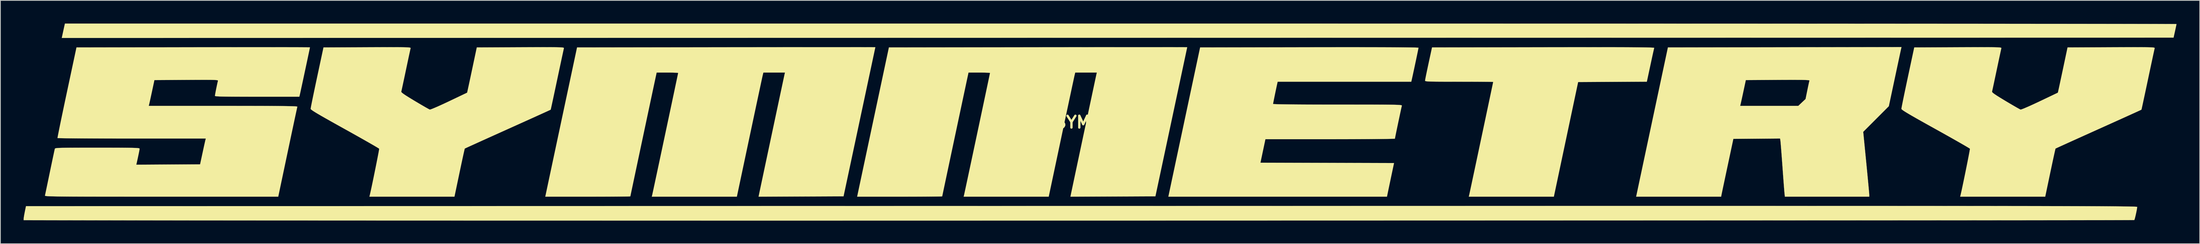
<source format=kicad_pcb>
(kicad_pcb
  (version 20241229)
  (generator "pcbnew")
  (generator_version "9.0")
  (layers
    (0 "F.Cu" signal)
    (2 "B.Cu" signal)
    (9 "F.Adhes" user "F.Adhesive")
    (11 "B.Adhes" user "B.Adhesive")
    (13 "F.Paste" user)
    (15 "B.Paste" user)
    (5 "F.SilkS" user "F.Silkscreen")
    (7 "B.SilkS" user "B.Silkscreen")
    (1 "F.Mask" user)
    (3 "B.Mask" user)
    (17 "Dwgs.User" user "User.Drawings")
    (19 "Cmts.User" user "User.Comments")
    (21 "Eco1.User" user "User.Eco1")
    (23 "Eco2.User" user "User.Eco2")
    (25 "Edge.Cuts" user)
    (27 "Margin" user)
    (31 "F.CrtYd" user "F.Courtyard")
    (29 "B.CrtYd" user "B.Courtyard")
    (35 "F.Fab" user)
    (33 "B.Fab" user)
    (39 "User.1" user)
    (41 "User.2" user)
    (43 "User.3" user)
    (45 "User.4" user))
  (footprint "SYMMETRY"
    (layer "F.Cu")
    (at 139.112 12.79)
    (property "Reference" "SYMMETRY" (at 0 0 0) (layer "F.SilkS") (effects (font (size 1.524 1.524) (thickness 0.3))))
    (attr through_hole)
    (fp_poly (pts (xy 7.476 -12.785) (xy 12.243 -12.785) (xy 16.966 -12.784) (xy 21.644 -12.784) (xy 26.272 -12.784) (xy 30.849 -12.783) (xy 35.371 -12.783) (xy 39.836 -12.782) (xy 44.241 -12.782) (xy 48.582 -12.781) (xy 52.858 -12.78) (xy 57.065 -12.779) (xy 61.2 -12.778) (xy 65.261 -12.778) (xy 69.245 -12.777) (xy 73.149 -12.775) (xy 76.97 -12.774) (xy 80.706 -12.773) (xy 84.353 -12.772) (xy 87.909 -12.771) (xy 91.37 -12.769) (xy 94.735 -12.768) (xy 98 -12.766) (xy 101.162 -12.765) (xy 104.219 -12.763) (xy 107.168 -12.762) (xy 110.006 -12.76) (xy 112.73 -12.759) (xy 115.337 -12.757) (xy 117.825 -12.755) (xy 120.19 -12.753) (xy 122.43 -12.751) (xy 124.542 -12.75) (xy 126.523 -12.748) (xy 128.371 -12.746) (xy 130.082 -12.744) (xy 131.654 -12.742) (xy 133.084 -12.74) (xy 134.369 -12.738) (xy 135.506 -12.736) (xy 136.493 -12.734) (xy 137.326 -12.731) (xy 138.003 -12.729) (xy 138.521 -12.727) (xy 138.877 -12.725) (xy 139.068 -12.723) (xy 139.103 -12.721) (xy 139.084 -12.616) (xy 139.035 -12.385) (xy 138.966 -12.064) (xy 138.911 -11.811) (xy 138.723 -10.964) (xy 2.272 -10.943) (xy -134.178 -10.922) (xy -134.018 -11.663) (xy -133.94 -12.02) (xy -133.872 -12.332) (xy -133.824 -12.548) (xy -133.813 -12.594) (xy -133.77 -12.785) (xy 2.669 -12.785) (xy 7.476 -12.785)) (stroke (width 0.01) (type solid)) (fill yes) (layer "F.SilkS"))
    (fp_poly (pts (xy 65.155 -9.721) (xy 66.294 -9.72) (xy 67.303 -9.718) (xy 68.187 -9.715) (xy 68.953 -9.71) (xy 69.607 -9.705) (xy 70.156 -9.699) (xy 70.607 -9.692) (xy 70.965 -9.683) (xy 71.238 -9.674) (xy 71.431 -9.663) (xy 71.551 -9.651) (xy 71.604 -9.638) (xy 71.608 -9.631) (xy 71.58 -9.522) (xy 71.523 -9.271) (xy 71.44 -8.901) (xy 71.338 -8.435) (xy 71.222 -7.897) (xy 71.113 -7.388) (xy 70.656 -5.251) (xy 66.216 -5.229) (xy 61.776 -5.207) (xy 60.207 2.223) (xy 58.638 9.652) (xy 47.649 9.652) (xy 47.696 9.461) (xy 47.721 9.351) (xy 47.777 9.091) (xy 47.861 8.697) (xy 47.971 8.183) (xy 48.102 7.563) (xy 48.253 6.851) (xy 48.421 6.063) (xy 48.601 5.213) (xy 48.791 4.315) (xy 48.988 3.383) (xy 49.189 2.432) (xy 49.391 1.476) (xy 49.591 0.53) (xy 49.786 -0.391) (xy 49.972 -1.274) (xy 50.147 -2.104) (xy 50.308 -2.867) (xy 50.451 -3.547) (xy 50.574 -4.131) (xy 50.673 -4.605) (xy 50.746 -4.953) (xy 50.789 -5.162) (xy 50.8 -5.218) (xy 50.718 -5.224) (xy 50.482 -5.23) (xy 50.109 -5.235) (xy 49.613 -5.239) (xy 49.011 -5.243) (xy 48.318 -5.246) (xy 47.55 -5.248) (xy 46.723 -5.249) (xy 46.397 -5.249) (xy 45.42 -5.25) (xy 44.599 -5.251) (xy 43.92 -5.253) (xy 43.37 -5.257) (xy 42.936 -5.264) (xy 42.603 -5.273) (xy 42.359 -5.285) (xy 42.191 -5.3) (xy 42.084 -5.32) (xy 42.025 -5.344) (xy 42.001 -5.373) (xy 41.998 -5.397) (xy 42.017 -5.519) (xy 42.066 -5.781) (xy 42.142 -6.16) (xy 42.24 -6.631) (xy 42.354 -7.171) (xy 42.45 -7.62) (xy 42.898 -9.694) (xy 57.272 -9.716) (xy 59.162 -9.718) (xy 60.888 -9.72) (xy 62.458 -9.721) (xy 63.879 -9.722) (xy 65.155 -9.721)) (stroke (width 0.01) (type solid)) (fill yes) (layer "F.SilkS"))
    (fp_poly (pts (xy 103.52 -9.546) (xy 103.493 -9.425) (xy 103.435 -9.157) (xy 103.349 -8.758) (xy 103.24 -8.248) (xy 103.111 -7.643) (xy 102.966 -6.963) (xy 102.809 -6.224) (xy 102.701 -5.715) (xy 101.928 -2.074) (xy 100.273 -0.413) (xy 98.618 1.248) (xy 99.009 5.22) (xy 99.088 6.03) (xy 99.161 6.794) (xy 99.228 7.495) (xy 99.286 8.114) (xy 99.334 8.635) (xy 99.37 9.038) (xy 99.392 9.308) (xy 99.399 9.422) (xy 99.399 9.652) (xy 88.493 9.652) (xy 88.443 9.165) (xy 88.425 8.967) (xy 88.397 8.622) (xy 88.361 8.156) (xy 88.318 7.59) (xy 88.27 6.948) (xy 88.22 6.254) (xy 88.178 5.673) (xy 88.126 4.965) (xy 88.077 4.3) (xy 88.031 3.701) (xy 87.991 3.188) (xy 87.957 2.784) (xy 87.932 2.508) (xy 87.919 2.391) (xy 87.876 2.115) (xy 84.857 2.137) (xy 81.837 2.159) (xy 81.099 5.63) (xy 80.939 6.383) (xy 80.789 7.093) (xy 80.652 7.741) (xy 80.532 8.308) (xy 80.434 8.775) (xy 80.361 9.122) (xy 80.318 9.332) (xy 80.309 9.377) (xy 80.256 9.652) (xy 69.276 9.652) (xy 69.522 8.488) (xy 69.574 8.242) (xy 69.658 7.843) (xy 69.772 7.304) (xy 69.914 6.639) (xy 70.079 5.86) (xy 70.265 4.981) (xy 70.47 4.015) (xy 70.691 2.974) (xy 70.925 1.871) (xy 71.17 0.72) (xy 71.421 -0.466) (xy 71.574 -1.185) (xy 71.772 -2.117) (xy 82.716 -2.117) (xy 90.227 -2.117) (xy 91.168 -3.006) (xy 91.4 -4.149) (xy 91.487 -4.574) (xy 91.566 -4.944) (xy 91.628 -5.224) (xy 91.667 -5.382) (xy 91.672 -5.398) (xy 91.651 -5.423) (xy 91.559 -5.444) (xy 91.384 -5.46) (xy 91.115 -5.473) (xy 90.739 -5.482) (xy 90.245 -5.487) (xy 89.622 -5.489) (xy 88.856 -5.488) (xy 87.938 -5.485) (xy 87.58 -5.483) (xy 83.448 -5.461) (xy 83.137 -4.008) (xy 83.032 -3.518) (xy 82.935 -3.073) (xy 82.854 -2.704) (xy 82.796 -2.444) (xy 82.771 -2.336) (xy 82.716 -2.117) (xy 71.772 -2.117) (xy 73.381 -9.694) (xy 103.566 -9.737) (xy 103.52 -9.546)) (stroke (width 0.01) (type solid)) (fill yes) (layer "F.SilkS"))
    (fp_poly (pts (xy 34.216 -9.719) (xy 35.602 -9.717) (xy 36.828 -9.714) (xy 37.897 -9.71) (xy 38.811 -9.704) (xy 39.571 -9.697) (xy 40.18 -9.689) (xy 40.639 -9.68) (xy 40.951 -9.67) (xy 41.117 -9.658) (xy 41.148 -9.649) (xy 41.131 -9.552) (xy 41.084 -9.316) (xy 41.013 -8.969) (xy 40.923 -8.537) (xy 40.821 -8.049) (xy 40.711 -7.531) (xy 40.6 -7.009) (xy 40.493 -6.512) (xy 40.397 -6.067) (xy 40.316 -5.7) (xy 40.258 -5.44) (xy 40.213 -5.249) (xy 22.948 -5.249) (xy 22.904 -5.059) (xy 22.847 -4.803) (xy 22.773 -4.456) (xy 22.688 -4.054) (xy 22.6 -3.629) (xy 22.516 -3.218) (xy 22.442 -2.852) (xy 22.387 -2.568) (xy 22.356 -2.398) (xy 22.352 -2.368) (xy 22.436 -2.353) (xy 22.685 -2.34) (xy 23.095 -2.328) (xy 23.662 -2.318) (xy 24.382 -2.309) (xy 25.25 -2.301) (xy 26.263 -2.295) (xy 27.416 -2.291) (xy 28.705 -2.288) (xy 30.126 -2.286) (xy 30.697 -2.286) (xy 32.072 -2.286) (xy 33.288 -2.285) (xy 34.353 -2.284) (xy 35.278 -2.283) (xy 36.073 -2.28) (xy 36.748 -2.277) (xy 37.311 -2.272) (xy 37.773 -2.266) (xy 38.144 -2.258) (xy 38.433 -2.248) (xy 38.651 -2.237) (xy 38.806 -2.223) (xy 38.908 -2.207) (xy 38.968 -2.189) (xy 38.995 -2.168) (xy 38.999 -2.145) (xy 38.998 -2.138) (xy 38.967 -2.013) (xy 38.909 -1.754) (xy 38.83 -1.389) (xy 38.735 -0.946) (xy 38.63 -0.451) (xy 38.52 0.067) (xy 38.413 0.581) (xy 38.312 1.064) (xy 38.225 1.489) (xy 38.157 1.827) (xy 38.113 2.051) (xy 38.1 2.133) (xy 38.017 2.143) (xy 37.777 2.152) (xy 37.389 2.161) (xy 36.867 2.169) (xy 36.221 2.176) (xy 35.462 2.183) (xy 34.603 2.189) (xy 33.654 2.193) (xy 32.627 2.197) (xy 31.534 2.2) (xy 30.385 2.201) (xy 29.732 2.201) (xy 21.365 2.201) (xy 21.083 3.535) (xy 20.984 4.002) (xy 20.896 4.423) (xy 20.824 4.763) (xy 20.777 4.991) (xy 20.763 5.058) (xy 20.724 5.249) (xy 29.354 5.27) (xy 37.985 5.292) (xy 37.628 6.985) (xy 37.513 7.535) (xy 37.402 8.061) (xy 37.304 8.529) (xy 37.226 8.904) (xy 37.174 9.152) (xy 37.172 9.165) (xy 37.072 9.652) (xy 8.824 9.652) (xy 9.07 8.488) (xy 9.122 8.242) (xy 9.206 7.843) (xy 9.32 7.304) (xy 9.462 6.639) (xy 9.627 5.86) (xy 9.813 4.981) (xy 10.018 4.015) (xy 10.239 2.974) (xy 10.473 1.871) (xy 10.718 0.72) (xy 10.969 -0.466) (xy 11.122 -1.185) (xy 12.929 -9.694) (xy 27.038 -9.716) (xy 29.082 -9.718) (xy 30.958 -9.72) (xy 32.669 -9.72) (xy 34.216 -9.719)) (stroke (width 0.01) (type solid)) (fill yes) (layer "F.SilkS"))
    (fp_poly (pts (xy 6.992 -9.724) (xy 7.996 -9.724) (xy 8.88 -9.723) (xy 9.636 -9.722) (xy 10.257 -9.721) (xy 10.735 -9.72) (xy 11.063 -9.718) (xy 11.233 -9.717) (xy 11.256 -9.716) (xy 11.239 -9.632) (xy 11.188 -9.393) (xy 11.106 -9.008) (xy 10.996 -8.489) (xy 10.859 -7.846) (xy 10.698 -7.088) (xy 10.515 -6.227) (xy 10.312 -5.272) (xy 10.091 -4.234) (xy 9.855 -3.123) (xy 9.605 -1.949) (xy 9.345 -0.723) (xy 9.2 -0.042) (xy 7.147 9.61) (xy -3.831 9.653) (xy -3.784 9.42) (xy -3.756 9.284) (xy -3.696 8.999) (xy -3.607 8.58) (xy -3.493 8.04) (xy -3.357 7.394) (xy -3.201 6.656) (xy -3.028 5.841) (xy -2.842 4.961) (xy -2.645 4.032) (xy -2.441 3.068) (xy -2.232 2.082) (xy -2.022 1.09) (xy -1.813 0.105) (xy -1.609 -0.859) (xy -1.412 -1.788) (xy -1.225 -2.666) (xy -1.052 -3.481) (xy -0.896 -4.218) (xy -0.759 -4.863) (xy -0.645 -5.401) (xy -0.556 -5.819) (xy -0.495 -6.102) (xy -0.466 -6.237) (xy -0.465 -6.244) (xy -0.42 -6.435) (xy -3.211 -6.435) (xy -3.292 -6.117) (xy -3.321 -5.989) (xy -3.382 -5.708) (xy -3.473 -5.285) (xy -3.592 -4.733) (xy -3.735 -4.064) (xy -3.9 -3.29) (xy -4.084 -2.423) (xy -4.286 -1.475) (xy -4.502 -0.458) (xy -4.729 0.616) (xy -4.966 1.733) (xy -5.006 1.926) (xy -6.64 9.652) (xy -17.629 9.652) (xy -17.581 9.461) (xy -17.555 9.343) (xy -17.497 9.075) (xy -17.41 8.672) (xy -17.298 8.148) (xy -17.163 7.517) (xy -17.009 6.792) (xy -16.838 5.988) (xy -16.653 5.118) (xy -16.457 4.197) (xy -16.254 3.238) (xy -16.045 2.255) (xy -15.835 1.262) (xy -15.625 0.273) (xy -15.42 -0.699) (xy -15.221 -1.638) (xy -15.032 -2.532) (xy -14.856 -3.367) (xy -14.695 -4.128) (xy -14.553 -4.802) (xy -14.433 -5.374) (xy -14.337 -5.831) (xy -14.269 -6.16) (xy -14.231 -6.345) (xy -14.224 -6.382) (xy -14.304 -6.4) (xy -14.525 -6.415) (xy -14.86 -6.426) (xy -15.28 -6.433) (xy -15.614 -6.435) (xy -17.004 -6.435) (xy -17.1 -5.99) (xy -17.158 -5.722) (xy -17.244 -5.32) (xy -17.355 -4.797) (xy -17.489 -4.166) (xy -17.643 -3.443) (xy -17.813 -2.641) (xy -17.997 -1.773) (xy -18.192 -0.855) (xy -18.395 0.101) (xy -18.602 1.08) (xy -18.812 2.069) (xy -19.02 3.053) (xy -19.225 4.019) (xy -19.422 4.952) (xy -19.61 5.839) (xy -19.785 6.666) (xy -19.944 7.419) (xy -20.084 8.084) (xy -20.203 8.647) (xy -20.297 9.094) (xy -20.363 9.411) (xy -20.399 9.584) (xy -20.405 9.614) (xy -20.487 9.62) (xy -20.725 9.626) (xy -21.103 9.632) (xy -21.609 9.637) (xy -22.228 9.642) (xy -22.946 9.646) (xy -23.749 9.649) (xy -24.623 9.651) (xy -25.553 9.652) (xy -25.899 9.652) (xy -31.393 9.652) (xy -31.147 8.488) (xy -31.095 8.242) (xy -31.01 7.843) (xy -30.896 7.304) (xy -30.755 6.639) (xy -30.59 5.86) (xy -30.403 4.981) (xy -30.198 4.015) (xy -29.977 2.974) (xy -29.743 1.871) (xy -29.499 0.72) (xy -29.247 -0.466) (xy -29.094 -1.185) (xy -27.288 -9.694) (xy -8.014 -9.716) (xy -6.22 -9.718) (xy -4.471 -9.719) (xy -2.775 -9.721) (xy -1.139 -9.722) (xy 0.429 -9.723) (xy 1.922 -9.724) (xy 3.333 -9.724) (xy 4.653 -9.724) (xy 5.875 -9.724) (xy 6.992 -9.724)) (stroke (width 0.01) (type solid)) (fill yes) (layer "F.SilkS"))
    (fp_poly (pts (xy -33.309 -9.724) (xy -32.305 -9.724) (xy -31.421 -9.723) (xy -30.665 -9.722) (xy -30.044 -9.721) (xy -29.566 -9.72) (xy -29.238 -9.718) (xy -29.068 -9.717) (xy -29.045 -9.716) (xy -29.063 -9.632) (xy -29.114 -9.393) (xy -29.195 -9.008) (xy -29.306 -8.489) (xy -29.442 -7.846) (xy -29.603 -7.088) (xy -29.787 -6.227) (xy -29.99 -5.272) (xy -30.21 -4.234) (xy -30.446 -3.123) (xy -30.696 -1.949) (xy -30.957 -0.723) (xy -31.101 -0.042) (xy -33.154 9.61) (xy -38.643 9.631) (xy -44.133 9.653) (xy -44.085 9.42) (xy -44.057 9.284) (xy -43.997 8.999) (xy -43.909 8.58) (xy -43.795 8.04) (xy -43.658 7.394) (xy -43.502 6.656) (xy -43.33 5.841) (xy -43.143 4.961) (xy -42.947 4.032) (xy -42.742 3.068) (xy -42.534 2.082) (xy -42.323 1.09) (xy -42.114 0.105) (xy -41.91 -0.859) (xy -41.713 -1.788) (xy -41.527 -2.666) (xy -41.354 -3.481) (xy -41.197 -4.218) (xy -41.06 -4.863) (xy -40.946 -5.401) (xy -40.857 -5.819) (xy -40.797 -6.102) (xy -40.768 -6.237) (xy -40.766 -6.244) (xy -40.721 -6.435) (xy -43.512 -6.435) (xy -43.593 -6.117) (xy -43.622 -5.989) (xy -43.684 -5.708) (xy -43.775 -5.285) (xy -43.893 -4.733) (xy -44.036 -4.064) (xy -44.201 -3.29) (xy -44.386 -2.423) (xy -44.587 -1.475) (xy -44.803 -0.458) (xy -45.03 0.616) (xy -45.267 1.733) (xy -45.308 1.926) (xy -46.941 9.652) (xy -57.93 9.652) (xy -57.883 9.461) (xy -57.856 9.343) (xy -57.798 9.075) (xy -57.711 8.672) (xy -57.599 8.148) (xy -57.465 7.517) (xy -57.31 6.792) (xy -57.139 5.988) (xy -56.954 5.118) (xy -56.759 4.197) (xy -56.555 3.238) (xy -56.347 2.255) (xy -56.136 1.262) (xy -55.927 0.273) (xy -55.721 -0.699) (xy -55.522 -1.638) (xy -55.333 -2.532) (xy -55.157 -3.367) (xy -54.996 -4.128) (xy -54.855 -4.802) (xy -54.734 -5.374) (xy -54.638 -5.831) (xy -54.57 -6.16) (xy -54.532 -6.345) (xy -54.525 -6.382) (xy -54.605 -6.4) (xy -54.827 -6.415) (xy -55.161 -6.426) (xy -55.582 -6.433) (xy -55.915 -6.435) (xy -57.305 -6.435) (xy -57.401 -5.99) (xy -57.459 -5.722) (xy -57.545 -5.32) (xy -57.657 -4.797) (xy -57.791 -4.166) (xy -57.944 -3.443) (xy -58.115 -2.641) (xy -58.299 -1.773) (xy -58.494 -0.855) (xy -58.696 0.101) (xy -58.904 1.08) (xy -59.113 2.069) (xy -59.322 3.053) (xy -59.526 4.019) (xy -59.724 4.952) (xy -59.911 5.839) (xy -60.086 6.666) (xy -60.245 7.419) (xy -60.385 8.084) (xy -60.504 8.647) (xy -60.598 9.094) (xy -60.664 9.411) (xy -60.7 9.584) (xy -60.706 9.614) (xy -60.788 9.62) (xy -61.026 9.626) (xy -61.405 9.632) (xy -61.911 9.637) (xy -62.53 9.642) (xy -63.247 9.646) (xy -64.05 9.649) (xy -64.924 9.651) (xy -65.854 9.652) (xy -66.2 9.652) (xy -71.694 9.652) (xy -71.448 8.488) (xy -71.396 8.242) (xy -71.312 7.843) (xy -71.198 7.304) (xy -71.056 6.639) (xy -70.891 5.86) (xy -70.705 4.981) (xy -70.5 4.015) (xy -70.279 2.974) (xy -70.045 1.871) (xy -69.8 0.72) (xy -69.549 -0.466) (xy -69.396 -1.185) (xy -67.589 -9.694) (xy -48.315 -9.716) (xy -46.521 -9.718) (xy -44.772 -9.719) (xy -43.076 -9.721) (xy -41.44 -9.722) (xy -39.872 -9.723) (xy -38.379 -9.724) (xy -36.969 -9.724) (xy -35.649 -9.724) (xy -34.426 -9.724) (xy -33.309 -9.724)) (stroke (width 0.01) (type solid)) (fill yes) (layer "F.SilkS"))
    (fp_poly (pts (xy -71.326 -9.724) (xy -70.769 -9.722) (xy -70.321 -9.718) (xy -69.973 -9.711) (xy -69.711 -9.701) (xy -69.523 -9.688) (xy -69.399 -9.672) (xy -69.326 -9.652) (xy -69.293 -9.629) (xy -69.287 -9.601) (xy -69.29 -9.589) (xy -69.316 -9.478) (xy -69.373 -9.218) (xy -69.457 -8.827) (xy -69.566 -8.321) (xy -69.695 -7.717) (xy -69.841 -7.033) (xy -69.999 -6.285) (xy -70.156 -5.546) (xy -70.322 -4.759) (xy -70.478 -4.024) (xy -70.62 -3.358) (xy -70.744 -2.777) (xy -70.848 -2.296) (xy -70.927 -1.933) (xy -70.978 -1.704) (xy -70.997 -1.625) (xy -71.076 -1.587) (xy -71.296 -1.485) (xy -71.647 -1.324) (xy -72.115 -1.111) (xy -72.688 -0.851) (xy -73.354 -0.548) (xy -74.101 -0.21) (xy -74.917 0.158) (xy -75.789 0.552) (xy -76.541 0.891) (xy -77.45 1.302) (xy -78.314 1.692) (xy -79.12 2.056) (xy -79.855 2.389) (xy -80.507 2.685) (xy -81.065 2.939) (xy -81.515 3.144) (xy -81.846 3.296) (xy -82.044 3.389) (xy -82.1 3.416) (xy -82.125 3.504) (xy -82.179 3.739) (xy -82.261 4.104) (xy -82.365 4.578) (xy -82.487 5.145) (xy -82.623 5.786) (xy -82.77 6.482) (xy -82.784 6.551) (xy -83.434 9.652) (xy -94.422 9.652) (xy -94.375 9.461) (xy -94.311 9.188) (xy -94.225 8.8) (xy -94.122 8.321) (xy -94.007 7.772) (xy -93.884 7.177) (xy -93.758 6.558) (xy -93.633 5.938) (xy -93.513 5.339) (xy -93.404 4.784) (xy -93.309 4.296) (xy -93.234 3.897) (xy -93.183 3.609) (xy -93.161 3.456) (xy -93.161 3.438) (xy -93.239 3.381) (xy -93.453 3.25) (xy -93.789 3.051) (xy -94.234 2.793) (xy -94.776 2.483) (xy -95.4 2.128) (xy -96.095 1.735) (xy -96.847 1.313) (xy -97.607 0.889) (xy -98.558 0.358) (xy -99.37 -0.097) (xy -100.053 -0.483) (xy -100.616 -0.805) (xy -101.069 -1.07) (xy -101.421 -1.282) (xy -101.681 -1.447) (xy -101.861 -1.571) (xy -101.969 -1.661) (xy -102.014 -1.721) (xy -102.017 -1.736) (xy -102 -1.851) (xy -101.951 -2.114) (xy -101.873 -2.509) (xy -101.77 -3.018) (xy -101.645 -3.625) (xy -101.502 -4.311) (xy -101.344 -5.06) (xy -101.187 -5.8) (xy -100.356 -9.694) (xy -94.707 -9.716) (xy -93.59 -9.72) (xy -92.631 -9.723) (xy -91.817 -9.725) (xy -91.138 -9.724) (xy -90.58 -9.722) (xy -90.133 -9.718) (xy -89.784 -9.711) (xy -89.522 -9.701) (xy -89.335 -9.688) (xy -89.211 -9.672) (xy -89.138 -9.652) (xy -89.105 -9.629) (xy -89.099 -9.601) (xy -89.101 -9.589) (xy -89.129 -9.472) (xy -89.187 -9.211) (xy -89.27 -8.825) (xy -89.375 -8.338) (xy -89.496 -7.768) (xy -89.629 -7.138) (xy -89.706 -6.773) (xy -89.843 -6.119) (xy -89.971 -5.515) (xy -90.085 -4.981) (xy -90.18 -4.538) (xy -90.252 -4.207) (xy -90.296 -4.01) (xy -90.306 -3.965) (xy -90.285 -3.898) (xy -90.185 -3.796) (xy -89.991 -3.649) (xy -89.692 -3.448) (xy -89.274 -3.185) (xy -88.725 -2.85) (xy -88.556 -2.748) (xy -88.054 -2.449) (xy -87.594 -2.178) (xy -87.198 -1.949) (xy -86.888 -1.774) (xy -86.685 -1.665) (xy -86.618 -1.634) (xy -86.507 -1.66) (xy -86.264 -1.751) (xy -85.908 -1.9) (xy -85.461 -2.096) (xy -84.941 -2.333) (xy -84.368 -2.6) (xy -84.133 -2.712) (xy -81.795 -3.829) (xy -81.662 -4.433) (xy -81.609 -4.678) (xy -81.527 -5.06) (xy -81.422 -5.55) (xy -81.301 -6.119) (xy -81.17 -6.738) (xy -81.037 -7.366) (xy -80.545 -9.694) (xy -74.895 -9.716) (xy -73.779 -9.72) (xy -72.819 -9.723) (xy -72.006 -9.725) (xy -71.326 -9.724)) (stroke (width 0.01) (type solid)) (fill yes) (layer "F.SilkS"))
    (fp_poly (pts (xy 134.245 -9.724) (xy 134.802 -9.722) (xy 135.249 -9.718) (xy 135.598 -9.711) (xy 135.86 -9.701) (xy 136.047 -9.688) (xy 136.172 -9.672) (xy 136.244 -9.652) (xy 136.278 -9.629) (xy 136.284 -9.601) (xy 136.281 -9.589) (xy 136.255 -9.478) (xy 136.198 -9.218) (xy 136.113 -8.827) (xy 136.004 -8.321) (xy 135.876 -7.717) (xy 135.73 -7.033) (xy 135.571 -6.285) (xy 135.415 -5.546) (xy 135.249 -4.759) (xy 135.093 -4.024) (xy 134.951 -3.358) (xy 134.826 -2.777) (xy 134.723 -2.296) (xy 134.644 -1.933) (xy 134.593 -1.704) (xy 134.573 -1.625) (xy 134.495 -1.587) (xy 134.274 -1.485) (xy 133.924 -1.324) (xy 133.456 -1.111) (xy 132.883 -0.851) (xy 132.216 -0.548) (xy 131.469 -0.21) (xy 130.654 0.158) (xy 129.782 0.552) (xy 129.03 0.891) (xy 128.12 1.302) (xy 127.257 1.692) (xy 126.451 2.056) (xy 125.716 2.389) (xy 125.063 2.685) (xy 124.506 2.939) (xy 124.056 3.144) (xy 123.725 3.296) (xy 123.526 3.389) (xy 123.471 3.416) (xy 123.446 3.504) (xy 123.391 3.739) (xy 123.31 4.104) (xy 123.206 4.578) (xy 123.084 5.145) (xy 122.948 5.786) (xy 122.801 6.482) (xy 122.786 6.551) (xy 122.137 9.652) (xy 111.149 9.652) (xy 111.196 9.461) (xy 111.26 9.188) (xy 111.346 8.8) (xy 111.448 8.321) (xy 111.563 7.772) (xy 111.686 7.177) (xy 111.813 6.558) (xy 111.938 5.938) (xy 112.058 5.339) (xy 112.167 4.784) (xy 112.261 4.296) (xy 112.336 3.897) (xy 112.387 3.609) (xy 112.41 3.456) (xy 112.41 3.438) (xy 112.331 3.381) (xy 112.118 3.25) (xy 111.782 3.051) (xy 111.336 2.793) (xy 110.795 2.483) (xy 110.171 2.128) (xy 109.476 1.735) (xy 108.724 1.313) (xy 107.964 0.889) (xy 107.012 0.358) (xy 106.2 -0.097) (xy 105.517 -0.483) (xy 104.955 -0.805) (xy 104.502 -1.07) (xy 104.15 -1.282) (xy 103.889 -1.447) (xy 103.71 -1.571) (xy 103.602 -1.661) (xy 103.556 -1.721) (xy 103.553 -1.736) (xy 103.571 -1.851) (xy 103.62 -2.114) (xy 103.698 -2.509) (xy 103.801 -3.018) (xy 103.926 -3.625) (xy 104.069 -4.311) (xy 104.227 -5.06) (xy 104.384 -5.8) (xy 105.214 -9.694) (xy 110.864 -9.716) (xy 111.981 -9.72) (xy 112.94 -9.723) (xy 113.753 -9.725) (xy 114.433 -9.724) (xy 114.99 -9.722) (xy 115.437 -9.718) (xy 115.786 -9.711) (xy 116.048 -9.701) (xy 116.236 -9.688) (xy 116.36 -9.672) (xy 116.433 -9.652) (xy 116.466 -9.629) (xy 116.472 -9.601) (xy 116.469 -9.589) (xy 116.442 -9.472) (xy 116.384 -9.211) (xy 116.301 -8.825) (xy 116.196 -8.338) (xy 116.075 -7.768) (xy 115.942 -7.138) (xy 115.865 -6.773) (xy 115.727 -6.119) (xy 115.599 -5.515) (xy 115.486 -4.981) (xy 115.391 -4.538) (xy 115.319 -4.207) (xy 115.275 -4.01) (xy 115.264 -3.965) (xy 115.285 -3.898) (xy 115.386 -3.796) (xy 115.58 -3.649) (xy 115.879 -3.448) (xy 116.297 -3.185) (xy 116.846 -2.85) (xy 117.015 -2.748) (xy 117.517 -2.449) (xy 117.977 -2.178) (xy 118.372 -1.949) (xy 118.683 -1.774) (xy 118.885 -1.665) (xy 118.953 -1.634) (xy 119.064 -1.66) (xy 119.307 -1.751) (xy 119.662 -1.9) (xy 120.11 -2.096) (xy 120.63 -2.333) (xy 121.202 -2.6) (xy 121.438 -2.712) (xy 123.775 -3.829) (xy 123.909 -4.433) (xy 123.962 -4.678) (xy 124.044 -5.06) (xy 124.148 -5.55) (xy 124.269 -6.119) (xy 124.401 -6.738) (xy 124.534 -7.366) (xy 125.026 -9.694) (xy 130.675 -9.716) (xy 131.792 -9.72) (xy 132.751 -9.723) (xy 133.565 -9.725) (xy 134.245 -9.724)) (stroke (width 0.01) (type solid)) (fill yes) (layer "F.SilkS"))
    (fp_poly (pts (xy 78.627 10.85) (xy 81.803 10.85) (xy 84.856 10.85) (xy 87.788 10.851) (xy 90.602 10.851) (xy 93.3 10.852) (xy 95.885 10.852) (xy 98.358 10.853) (xy 100.723 10.853) (xy 102.981 10.854) (xy 105.135 10.855) (xy 107.188 10.856) (xy 109.142 10.857) (xy 111 10.859) (xy 112.763 10.86) (xy 114.435 10.861) (xy 116.017 10.863) (xy 117.513 10.865) (xy 118.924 10.866) (xy 120.253 10.868) (xy 121.502 10.87) (xy 122.675 10.873) (xy 123.772 10.875) (xy 124.798 10.877) (xy 125.753 10.88) (xy 126.641 10.882) (xy 127.464 10.885) (xy 128.224 10.888) (xy 128.924 10.891) (xy 129.567 10.894) (xy 130.154 10.898) (xy 130.688 10.901) (xy 131.171 10.905) (xy 131.607 10.909) (xy 131.997 10.913) (xy 132.344 10.917) (xy 132.65 10.921) (xy 132.917 10.925) (xy 133.149 10.93) (xy 133.347 10.935) (xy 133.514 10.939) (xy 133.653 10.944) (xy 133.765 10.95) (xy 133.854 10.955) (xy 133.921 10.961) (xy 133.969 10.966) (xy 134.001 10.972) (xy 134.018 10.978) (xy 134.024 10.985) (xy 134.024 10.985) (xy 134.004 11.158) (xy 133.957 11.429) (xy 133.891 11.753) (xy 133.817 12.086) (xy 133.746 12.382) (xy 133.685 12.596) (xy 133.65 12.683) (xy 133.564 12.684) (xy 133.312 12.686) (xy 132.898 12.688) (xy 132.325 12.69) (xy 131.597 12.692) (xy 130.717 12.694) (xy 129.689 12.696) (xy 128.516 12.697) (xy 127.202 12.699) (xy 125.751 12.701) (xy 124.165 12.703) (xy 122.449 12.704) (xy 120.606 12.706) (xy 118.639 12.708) (xy 116.552 12.709) (xy 114.349 12.711) (xy 112.033 12.713) (xy 109.607 12.714) (xy 107.076 12.716) (xy 104.442 12.717) (xy 101.709 12.719) (xy 98.881 12.72) (xy 95.961 12.722) (xy 92.952 12.723) (xy 89.859 12.724) (xy 86.685 12.726) (xy 83.433 12.727) (xy 80.106 12.728) (xy 76.709 12.73) (xy 73.245 12.731) (xy 69.717 12.732) (xy 66.129 12.733) (xy 62.485 12.734) (xy 58.787 12.735) (xy 55.04 12.736) (xy 51.247 12.737) (xy 47.411 12.738) (xy 43.537 12.739) (xy 39.626 12.74) (xy 35.684 12.741) (xy 31.714 12.742) (xy 27.718 12.743) (xy 23.702 12.743) (xy 19.667 12.744) (xy 15.618 12.745) (xy 11.558 12.745) (xy 7.491 12.746) (xy 3.421 12.747) (xy -0.65 12.747) (xy -4.718 12.748) (xy -8.779 12.748) (xy -12.83 12.748) (xy -16.866 12.749) (xy -20.886 12.749) (xy -24.884 12.749) (xy -28.858 12.749) (xy -32.804 12.749) (xy -36.719 12.75) (xy -40.598 12.75) (xy -44.439 12.75) (xy -48.238 12.75) (xy -51.992 12.749) (xy -55.696 12.749) (xy -59.348 12.749) (xy -62.943 12.749) (xy -66.479 12.748) (xy -69.952 12.748) (xy -73.358 12.748) (xy -76.694 12.747) (xy -79.956 12.747) (xy -83.14 12.746) (xy -86.244 12.745) (xy -89.264 12.745) (xy -92.196 12.744) (xy -95.036 12.743) (xy -97.782 12.742) (xy -100.429 12.741) (xy -102.974 12.74) (xy -105.414 12.739) (xy -107.745 12.738) (xy -109.963 12.737) (xy -112.065 12.736) (xy -114.048 12.734) (xy -115.908 12.733) (xy -117.641 12.732) (xy -119.244 12.73) (xy -120.713 12.728) (xy -122.045 12.727) (xy -123.236 12.725) (xy -123.507 12.725) (xy -139.107 12.7) (xy -139.103 12.509) (xy -139.085 12.341) (xy -139.039 12.059) (xy -138.975 11.715) (xy -138.952 11.599) (xy -138.804 10.88) (xy -2.388 10.858) (xy 3.421 10.858) (xy 9.064 10.857) (xy 14.542 10.856) (xy 19.858 10.855) (xy 25.015 10.854) (xy 30.014 10.854) (xy 34.859 10.853) (xy 39.551 10.852) (xy 44.093 10.852) (xy 48.488 10.851) (xy 52.737 10.851) (xy 56.844 10.851) (xy 60.811 10.85) (xy 64.64 10.85) (xy 68.334 10.85) (xy 71.895 10.85) (xy 75.325 10.85) (xy 78.627 10.85)) (stroke (width 0.01) (type solid)) (fill yes) (layer "F.SilkS"))
    (fp_poly (pts (xy -107.365 -9.722) (xy -106.282 -9.721) (xy -105.304 -9.72) (xy -104.44 -9.718) (xy -103.699 -9.717) (xy -103.089 -9.714) (xy -102.618 -9.712) (xy -102.296 -9.709) (xy -102.13 -9.706) (xy -102.108 -9.704) (xy -102.125 -9.616) (xy -102.173 -9.385) (xy -102.247 -9.033) (xy -102.342 -8.582) (xy -102.454 -8.054) (xy -102.577 -7.473) (xy -102.708 -6.86) (xy -102.841 -6.237) (xy -102.971 -5.627) (xy -103.094 -5.053) (xy -103.206 -4.535) (xy -103.3 -4.098) (xy -103.373 -3.762) (xy -103.42 -3.551) (xy -103.433 -3.493) (xy -103.481 -3.302) (xy -108.933 -3.302) (xy -110.048 -3.302) (xy -111.005 -3.304) (xy -111.815 -3.307) (xy -112.49 -3.311) (xy -113.041 -3.318) (xy -113.479 -3.326) (xy -113.816 -3.336) (xy -114.063 -3.35) (xy -114.232 -3.366) (xy -114.334 -3.385) (xy -114.379 -3.407) (xy -114.385 -3.42) (xy -114.368 -3.549) (xy -114.324 -3.8) (xy -114.262 -4.128) (xy -114.189 -4.489) (xy -114.116 -4.839) (xy -114.052 -5.134) (xy -114.004 -5.33) (xy -113.996 -5.356) (xy -113.993 -5.39) (xy -114.015 -5.418) (xy -114.077 -5.441) (xy -114.193 -5.459) (xy -114.375 -5.473) (xy -114.639 -5.482) (xy -114.997 -5.489) (xy -115.463 -5.491) (xy -116.052 -5.491) (xy -116.776 -5.489) (xy -117.65 -5.485) (xy -118.079 -5.483) (xy -122.208 -5.461) (xy -122.518 -4.008) (xy -122.624 -3.518) (xy -122.72 -3.073) (xy -122.801 -2.704) (xy -122.859 -2.444) (xy -122.884 -2.336) (xy -122.939 -2.117) (xy -113.319 -2.117) (xy -111.786 -2.116) (xy -110.415 -2.115) (xy -109.198 -2.113) (xy -108.127 -2.111) (xy -107.194 -2.107) (xy -106.392 -2.102) (xy -105.712 -2.096) (xy -105.147 -2.089) (xy -104.689 -2.08) (xy -104.331 -2.07) (xy -104.065 -2.059) (xy -103.882 -2.046) (xy -103.775 -2.031) (xy -103.737 -2.015) (xy -103.737 -2.011) (xy -103.76 -1.912) (xy -103.815 -1.661) (xy -103.9 -1.272) (xy -104.01 -0.758) (xy -104.144 -0.133) (xy -104.297 0.59) (xy -104.469 1.398) (xy -104.654 2.275) (xy -104.851 3.21) (xy -104.991 3.873) (xy -106.207 9.652) (xy -121.295 9.652) (xy -123.172 9.652) (xy -124.886 9.652) (xy -126.446 9.651) (xy -127.859 9.65) (xy -129.131 9.649) (xy -130.27 9.648) (xy -131.284 9.646) (xy -132.179 9.643) (xy -132.963 9.64) (xy -133.643 9.635) (xy -134.226 9.63) (xy -134.72 9.625) (xy -135.132 9.618) (xy -135.469 9.61) (xy -135.739 9.601) (xy -135.948 9.591) (xy -136.105 9.58) (xy -136.216 9.567) (xy -136.288 9.553) (xy -136.329 9.538) (xy -136.346 9.521) (xy -136.347 9.504) (xy -136.323 9.388) (xy -136.268 9.127) (xy -136.187 8.741) (xy -136.084 8.249) (xy -135.964 7.671) (xy -135.831 7.029) (xy -135.716 6.477) (xy -135.575 5.797) (xy -135.443 5.166) (xy -135.325 4.603) (xy -135.224 4.13) (xy -135.147 3.766) (xy -135.095 3.531) (xy -135.076 3.45) (xy -135.059 3.42) (xy -135.02 3.395) (xy -134.946 3.373) (xy -134.824 3.355) (xy -134.644 3.341) (xy -134.392 3.329) (xy -134.057 3.32) (xy -133.625 3.313) (xy -133.086 3.308) (xy -132.426 3.305) (xy -131.634 3.303) (xy -130.698 3.302) (xy -129.604 3.302) (xy -129.577 3.302) (xy -128.471 3.302) (xy -127.524 3.304) (xy -126.722 3.306) (xy -126.054 3.31) (xy -125.508 3.315) (xy -125.073 3.323) (xy -124.737 3.333) (xy -124.487 3.345) (xy -124.313 3.36) (xy -124.201 3.379) (xy -124.142 3.4) (xy -124.122 3.426) (xy -124.121 3.43) (xy -124.139 3.566) (xy -124.189 3.836) (xy -124.264 4.208) (xy -124.358 4.651) (xy -124.464 5.134) (xy -124.505 5.314) (xy -124.548 5.505) (xy -116.303 5.461) (xy -115.994 4.022) (xy -115.889 3.533) (xy -115.792 3.087) (xy -115.71 2.717) (xy -115.651 2.456) (xy -115.626 2.349) (xy -115.567 2.117) (xy -125.131 2.117) (xy -126.389 2.116) (xy -127.599 2.115) (xy -128.751 2.112) (xy -129.833 2.108) (xy -130.836 2.104) (xy -131.748 2.099) (xy -132.559 2.093) (xy -133.257 2.087) (xy -133.833 2.08) (xy -134.276 2.072) (xy -134.574 2.064) (xy -134.717 2.056) (xy -134.728 2.053) (xy -134.717 1.962) (xy -134.672 1.718) (xy -134.598 1.336) (xy -134.496 0.828) (xy -134.37 0.209) (xy -134.222 -0.51) (xy -134.054 -1.313) (xy -133.871 -2.189) (xy -133.674 -3.123) (xy -133.519 -3.852) (xy -132.276 -9.694) (xy -117.192 -9.716) (xy -115.607 -9.718) (xy -114.069 -9.719) (xy -112.585 -9.721) (xy -111.164 -9.722) (xy -109.815 -9.722) (xy -108.546 -9.722) (xy -107.365 -9.722)) (stroke (width 0.01) (type solid)) (fill yes) (layer "F.SilkS")))
  (gr_rect
    (start -3 -3)
    (end 281.22 28.544)
    (stroke (width 0.1) (type default))
    (fill no)
    (layer "Edge.Cuts")))
</source>
